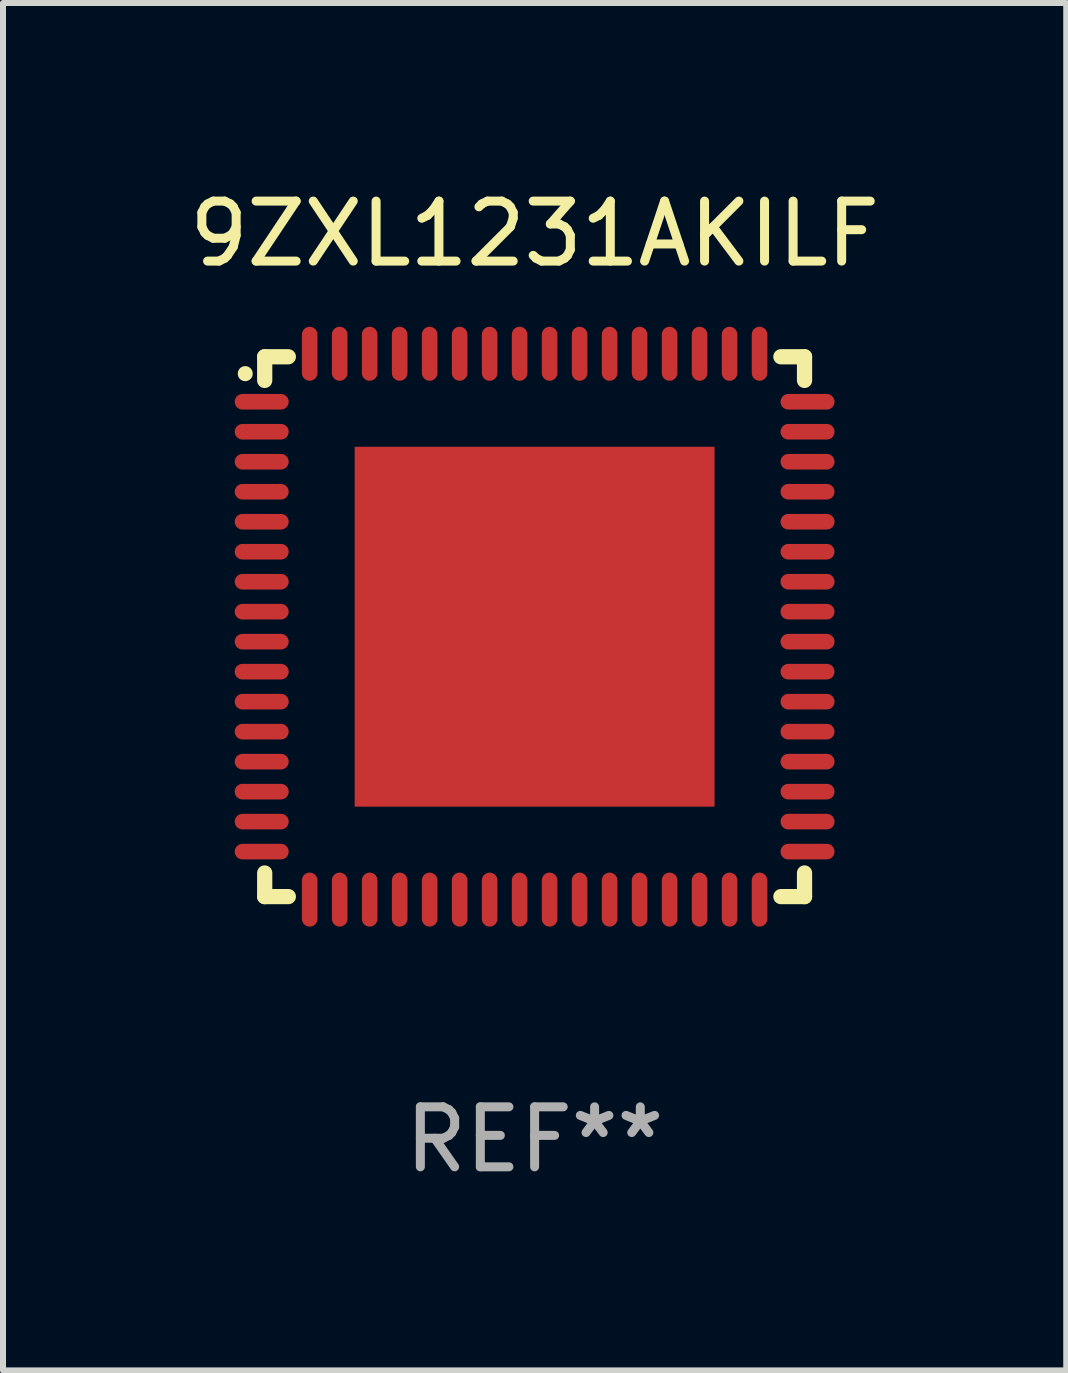
<source format=kicad_pcb>
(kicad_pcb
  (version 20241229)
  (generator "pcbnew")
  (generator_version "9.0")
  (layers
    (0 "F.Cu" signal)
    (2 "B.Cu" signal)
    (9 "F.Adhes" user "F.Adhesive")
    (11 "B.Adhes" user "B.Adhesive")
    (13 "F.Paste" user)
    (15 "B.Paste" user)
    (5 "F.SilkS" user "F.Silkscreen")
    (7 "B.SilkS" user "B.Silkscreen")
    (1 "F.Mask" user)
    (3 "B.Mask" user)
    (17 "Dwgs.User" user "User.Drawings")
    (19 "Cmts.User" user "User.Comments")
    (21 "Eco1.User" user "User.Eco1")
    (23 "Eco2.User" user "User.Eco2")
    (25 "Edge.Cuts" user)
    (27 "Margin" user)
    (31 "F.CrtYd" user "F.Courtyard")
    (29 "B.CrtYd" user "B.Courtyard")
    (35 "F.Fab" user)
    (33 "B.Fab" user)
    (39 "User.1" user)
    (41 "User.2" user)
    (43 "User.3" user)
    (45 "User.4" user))
  (footprint "9ZXL1231AKILF"
    (layer "F.Cu")
    (at 5.863 7.398)
    (property "Reference" "9ZXL1231AKILF" (at 0 -6.55 0) (layer "F.SilkS") (effects (font (size 1 1) (thickness 0.15))))
    (attr through_hole)
    (fp_line (start -4.5 -4.5) (end -4.106 -4.5) (stroke (width 0.254) (type solid)) (layer "F.SilkS"))
    (fp_line (start -4.5 -4.106) (end -4.5 -4.5) (stroke (width 0.254) (type solid)) (layer "F.SilkS"))
    (fp_line (start -4.5 4.5) (end -4.5 4.106) (stroke (width 0.254) (type solid)) (layer "F.SilkS"))
    (fp_line (start -4.106 4.5) (end -4.5 4.5) (stroke (width 0.254) (type solid)) (layer "F.SilkS"))
    (fp_line (start 4.106 -4.5) (end 4.5 -4.5) (stroke (width 0.254) (type solid)) (layer "F.SilkS"))
    (fp_line (start 4.5 -4.5) (end 4.5 -4.106) (stroke (width 0.254) (type solid)) (layer "F.SilkS"))
    (fp_line (start 4.5 4.106) (end 4.5 4.5) (stroke (width 0.254) (type solid)) (layer "F.SilkS"))
    (fp_line (start 4.5 4.5) (end 4.106 4.5) (stroke (width 0.254) (type solid)) (layer "F.SilkS"))
    (fp_arc (start -4.824308 -4.217501) (mid -4.824314 -4.218771) (end -4.824308 -4.220041) (stroke (width 0.24892) (type solid)) (layer "F.SilkS"))
    (fp_text user "REF**" (at 0 8.55 0) (layer "F.Fab") (effects (font (size 1 1) (thickness 0.15))))
    (pad "1" smd oval (at -4.55 -3.75) (size 0.9 0.26) (layers "F.Cu" "F.Mask" "F.Paste"))
    (pad "2" smd oval (at -4.55 -3.25) (size 0.9 0.26) (layers "F.Cu" "F.Mask" "F.Paste"))
    (pad "3" smd oval (at -4.55 -2.75) (size 0.9 0.26) (layers "F.Cu" "F.Mask" "F.Paste"))
    (pad "4" smd oval (at -4.55 -2.25) (size 0.9 0.26) (layers "F.Cu" "F.Mask" "F.Paste"))
    (pad "5" smd oval (at -4.55 -1.75) (size 0.9 0.26) (layers "F.Cu" "F.Mask" "F.Paste"))
    (pad "6" smd oval (at -4.55 -1.25) (size 0.9 0.26) (layers "F.Cu" "F.Mask" "F.Paste"))
    (pad "7" smd oval (at -4.55 -0.75) (size 0.9 0.26) (layers "F.Cu" "F.Mask" "F.Paste"))
    (pad "8" smd oval (at -4.55 -0.25) (size 0.9 0.26) (layers "F.Cu" "F.Mask" "F.Paste"))
    (pad "9" smd oval (at -4.55 0.25) (size 0.9 0.26) (layers "F.Cu" "F.Mask" "F.Paste"))
    (pad "10" smd oval (at -4.55 0.75) (size 0.9 0.26) (layers "F.Cu" "F.Mask" "F.Paste"))
    (pad "11" smd oval (at -4.55 1.25) (size 0.9 0.26) (layers "F.Cu" "F.Mask" "F.Paste"))
    (pad "12" smd oval (at -4.55 1.75) (size 0.9 0.26) (layers "F.Cu" "F.Mask" "F.Paste"))
    (pad "13" smd oval (at -4.55 2.25) (size 0.9 0.26) (layers "F.Cu" "F.Mask" "F.Paste"))
    (pad "14" smd oval (at -4.55 2.75) (size 0.9 0.26) (layers "F.Cu" "F.Mask" "F.Paste"))
    (pad "15" smd oval (at -4.55 3.25) (size 0.9 0.26) (layers "F.Cu" "F.Mask" "F.Paste"))
    (pad "16" smd oval (at -4.55 3.75) (size 0.9 0.26) (layers "F.Cu" "F.Mask" "F.Paste"))
    (pad "17" smd oval (at -3.75 4.55) (size 0.26 0.9) (layers "F.Cu" "F.Mask" "F.Paste"))
    (pad "18" smd oval (at -3.25 4.55) (size 0.26 0.9) (layers "F.Cu" "F.Mask" "F.Paste"))
    (pad "19" smd oval (at -2.75 4.55) (size 0.26 0.9) (layers "F.Cu" "F.Mask" "F.Paste"))
    (pad "20" smd oval (at -2.25 4.55) (size 0.26 0.9) (layers "F.Cu" "F.Mask" "F.Paste"))
    (pad "21" smd oval (at -1.75 4.55) (size 0.26 0.9) (layers "F.Cu" "F.Mask" "F.Paste"))
    (pad "22" smd oval (at -1.25 4.55) (size 0.26 0.9) (layers "F.Cu" "F.Mask" "F.Paste"))
    (pad "23" smd oval (at -0.75 4.55) (size 0.26 0.9) (layers "F.Cu" "F.Mask" "F.Paste"))
    (pad "24" smd oval (at -0.25 4.55) (size 0.26 0.9) (layers "F.Cu" "F.Mask" "F.Paste"))
    (pad "25" smd oval (at 0.25 4.55) (size 0.26 0.9) (layers "F.Cu" "F.Mask" "F.Paste"))
    (pad "26" smd oval (at 0.75 4.55) (size 0.26 0.9) (layers "F.Cu" "F.Mask" "F.Paste"))
    (pad "27" smd oval (at 1.25 4.55) (size 0.26 0.9) (layers "F.Cu" "F.Mask" "F.Paste"))
    (pad "28" smd oval (at 1.75 4.55) (size 0.26 0.9) (layers "F.Cu" "F.Mask" "F.Paste"))
    (pad "29" smd oval (at 2.25 4.55) (size 0.26 0.9) (layers "F.Cu" "F.Mask" "F.Paste"))
    (pad "30" smd oval (at 2.75 4.55) (size 0.26 0.9) (layers "F.Cu" "F.Mask" "F.Paste"))
    (pad "31" smd oval (at 3.25 4.55) (size 0.26 0.9) (layers "F.Cu" "F.Mask" "F.Paste"))
    (pad "32" smd oval (at 3.75 4.55) (size 0.26 0.9) (layers "F.Cu" "F.Mask" "F.Paste"))
    (pad "33" smd oval (at 4.55 3.75) (size 0.9 0.26) (layers "F.Cu" "F.Mask" "F.Paste"))
    (pad "34" smd oval (at 4.55 3.25) (size 0.9 0.26) (layers "F.Cu" "F.Mask" "F.Paste"))
    (pad "35" smd oval (at 4.55 2.75) (size 0.9 0.26) (layers "F.Cu" "F.Mask" "F.Paste"))
    (pad "36" smd oval (at 4.55 2.25) (size 0.9 0.26) (layers "F.Cu" "F.Mask" "F.Paste"))
    (pad "37" smd oval (at 4.55 1.75) (size 0.9 0.26) (layers "F.Cu" "F.Mask" "F.Paste"))
    (pad "38" smd oval (at 4.55 1.25) (size 0.9 0.26) (layers "F.Cu" "F.Mask" "F.Paste"))
    (pad "39" smd oval (at 4.55 0.75) (size 0.9 0.26) (layers "F.Cu" "F.Mask" "F.Paste"))
    (pad "40" smd oval (at 4.55 0.25) (size 0.9 0.26) (layers "F.Cu" "F.Mask" "F.Paste"))
    (pad "41" smd oval (at 4.55 -0.25) (size 0.9 0.26) (layers "F.Cu" "F.Mask" "F.Paste"))
    (pad "42" smd oval (at 4.55 -0.75) (size 0.9 0.26) (layers "F.Cu" "F.Mask" "F.Paste"))
    (pad "43" smd oval (at 4.55 -1.25) (size 0.9 0.26) (layers "F.Cu" "F.Mask" "F.Paste"))
    (pad "44" smd oval (at 4.55 -1.75) (size 0.9 0.26) (layers "F.Cu" "F.Mask" "F.Paste"))
    (pad "45" smd oval (at 4.55 -2.25) (size 0.9 0.26) (layers "F.Cu" "F.Mask" "F.Paste"))
    (pad "46" smd oval (at 4.55 -2.75) (size 0.9 0.26) (layers "F.Cu" "F.Mask" "F.Paste"))
    (pad "47" smd oval (at 4.55 -3.25) (size 0.9 0.26) (layers "F.Cu" "F.Mask" "F.Paste"))
    (pad "48" smd oval (at 4.55 -3.75) (size 0.9 0.26) (layers "F.Cu" "F.Mask" "F.Paste"))
    (pad "49" smd oval (at 3.75 -4.55) (size 0.26 0.9) (layers "F.Cu" "F.Mask" "F.Paste"))
    (pad "50" smd oval (at 3.25 -4.55) (size 0.26 0.9) (layers "F.Cu" "F.Mask" "F.Paste"))
    (pad "51" smd oval (at 2.75 -4.55) (size 0.26 0.9) (layers "F.Cu" "F.Mask" "F.Paste"))
    (pad "52" smd oval (at 2.25 -4.55) (size 0.26 0.9) (layers "F.Cu" "F.Mask" "F.Paste"))
    (pad "53" smd oval (at 1.75 -4.55) (size 0.26 0.9) (layers "F.Cu" "F.Mask" "F.Paste"))
    (pad "54" smd oval (at 1.25 -4.55) (size 0.26 0.9) (layers "F.Cu" "F.Mask" "F.Paste"))
    (pad "55" smd oval (at 0.75 -4.55) (size 0.26 0.9) (layers "F.Cu" "F.Mask" "F.Paste"))
    (pad "56" smd oval (at 0.25 -4.55) (size 0.26 0.9) (layers "F.Cu" "F.Mask" "F.Paste"))
    (pad "57" smd oval (at -0.25 -4.55) (size 0.26 0.9) (layers "F.Cu" "F.Mask" "F.Paste"))
    (pad "58" smd oval (at -0.75 -4.55) (size 0.26 0.9) (layers "F.Cu" "F.Mask" "F.Paste"))
    (pad "59" smd oval (at -1.25 -4.55) (size 0.26 0.9) (layers "F.Cu" "F.Mask" "F.Paste"))
    (pad "60" smd oval (at -1.75 -4.55) (size 0.26 0.9) (layers "F.Cu" "F.Mask" "F.Paste"))
    (pad "61" smd oval (at -2.25 -4.55) (size 0.26 0.9) (layers "F.Cu" "F.Mask" "F.Paste"))
    (pad "62" smd oval (at -2.75 -4.55) (size 0.26 0.9) (layers "F.Cu" "F.Mask" "F.Paste"))
    (pad "63" smd oval (at -3.25 -4.55) (size 0.26 0.9) (layers "F.Cu" "F.Mask" "F.Paste"))
    (pad "64" smd oval (at -3.75 -4.55) (size 0.26 0.9) (layers "F.Cu" "F.Mask" "F.Paste"))
    (pad "65" smd rect (at 0 0.000381) (size 6 6) (layers "F.Cu" "F.Mask" "F.Paste")))
  (gr_rect
    (start -3 -3)
    (end 14.726 19.797)
    (stroke (width 0.1) (type default))
    (fill no)
    (layer "Edge.Cuts")))
</source>
